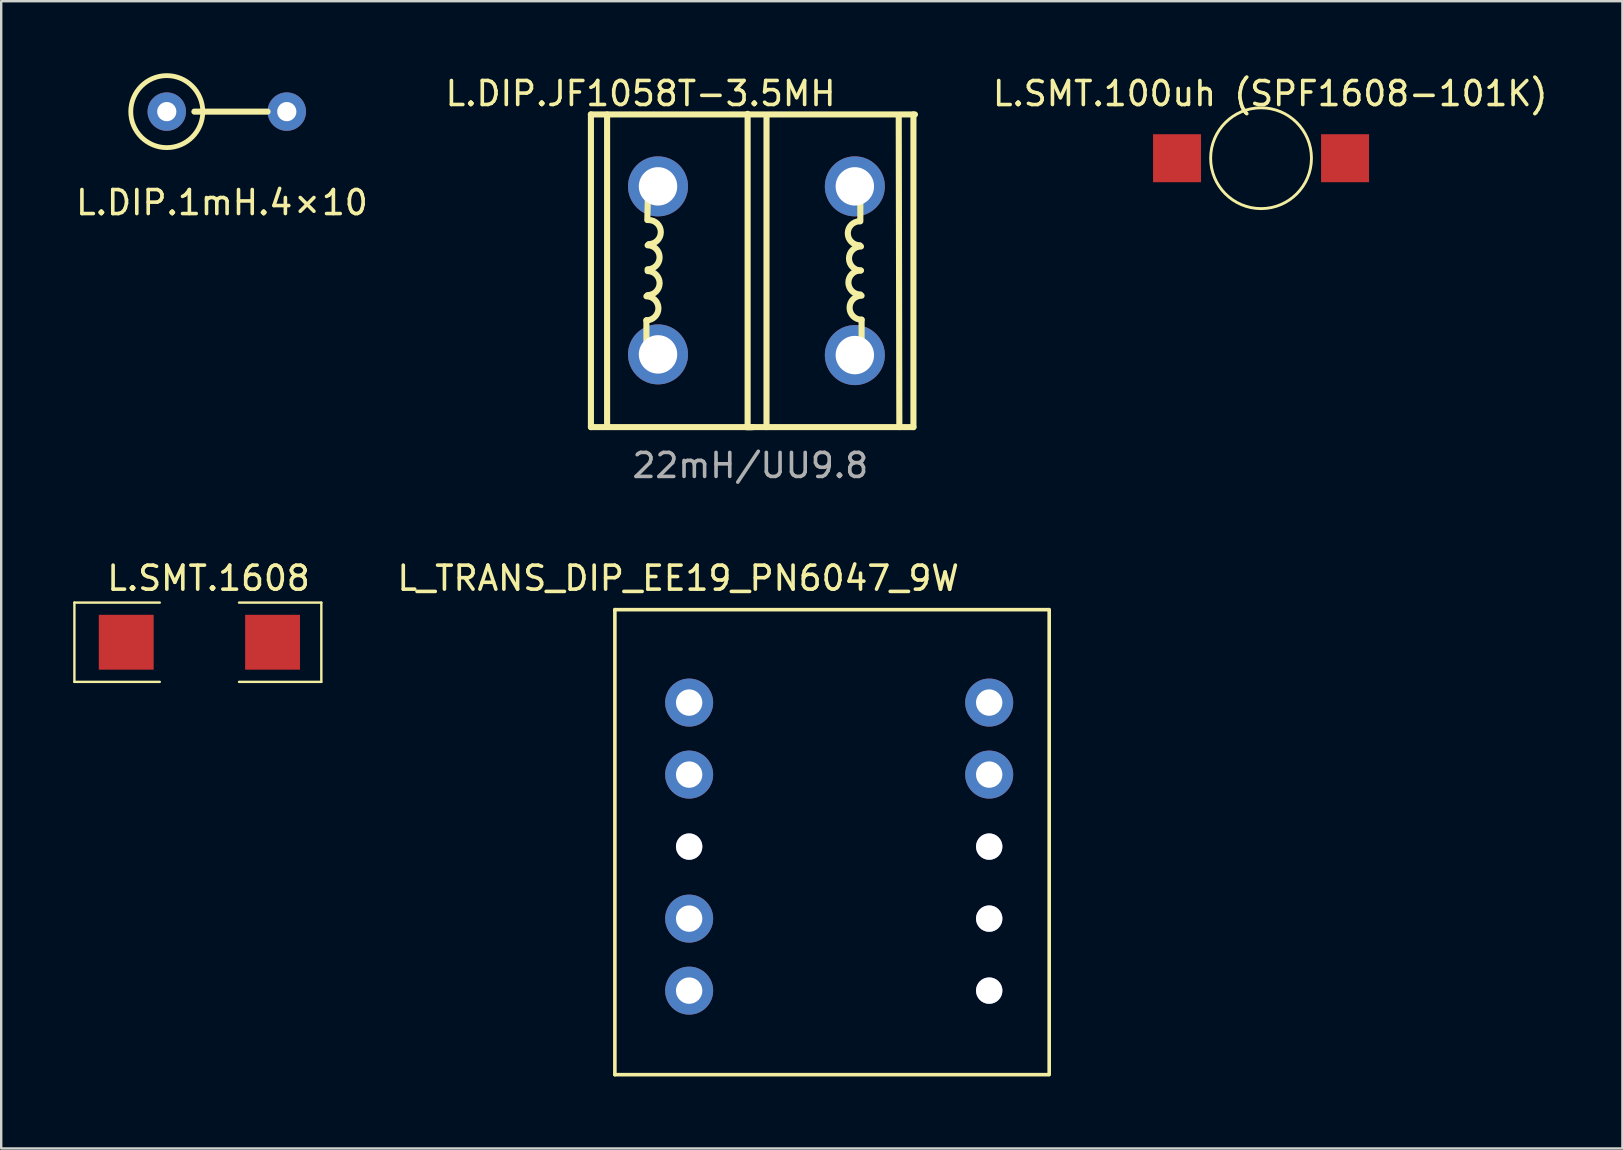
<source format=kicad_pcb>
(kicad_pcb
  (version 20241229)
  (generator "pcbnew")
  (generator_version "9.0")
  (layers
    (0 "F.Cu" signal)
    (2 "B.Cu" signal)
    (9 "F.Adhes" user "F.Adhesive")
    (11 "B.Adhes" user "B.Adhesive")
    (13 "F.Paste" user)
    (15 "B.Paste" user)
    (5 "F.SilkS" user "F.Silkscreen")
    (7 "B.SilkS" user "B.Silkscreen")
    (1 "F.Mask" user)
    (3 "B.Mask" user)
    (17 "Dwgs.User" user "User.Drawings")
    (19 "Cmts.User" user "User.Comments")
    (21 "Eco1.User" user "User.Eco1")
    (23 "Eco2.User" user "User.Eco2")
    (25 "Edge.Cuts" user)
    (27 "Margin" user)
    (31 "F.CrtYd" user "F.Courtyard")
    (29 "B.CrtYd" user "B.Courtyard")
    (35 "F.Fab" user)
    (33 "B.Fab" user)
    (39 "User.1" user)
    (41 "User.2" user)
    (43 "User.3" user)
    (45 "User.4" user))
  (footprint "L.SMT.1608"
    (layer "F.Cu")
    (at 5.257 23.731)
    (property "Reference" "L.SMT.1608" (at 0.381 -2.692 0) (layer "F.SilkS") (effects (font (size 1 1) (thickness 0.15))))
    (attr through_hole)
    (fp_line (start -5.207 -1.676) (end -1.651 -1.676) (stroke (width 0.1) (type solid)) (layer "F.SilkS"))
    (fp_line (start -5.207 1.626) (end -5.207 -1.676) (stroke (width 0.1) (type solid)) (layer "F.SilkS"))
    (fp_line (start -5.207 1.626) (end -1.651 1.626) (stroke (width 0.1) (type solid)) (layer "F.SilkS"))
    (fp_line (start 1.651 -1.676) (end 5.08 -1.676) (stroke (width 0.1) (type solid)) (layer "F.SilkS"))
    (fp_line (start 1.651 1.626) (end 5.08 1.626) (stroke (width 0.1) (type solid)) (layer "F.SilkS"))
    (fp_line (start 5.08 1.626) (end 5.08 -1.676) (stroke (width 0.1) (type solid)) (layer "F.SilkS"))
    (pad "1" smd rect (at -3.048 -0.025 180) (size 2.286 2.286) (layers "F.Cu" "F.Mask" "F.Paste"))
    (pad "2" smd rect (at 3.048 -0.025 180) (size 2.286 2.286) (layers "F.Cu" "F.Mask" "F.Paste")))
  (footprint "L.SMT.100uh (SPF1608-101K)"
    (layer "F.Cu")
    (at 49.486 3.541)
    (property "Reference" "L.SMT.100uh (SPF1608-101K)" (at 0.381 -2.692 0) (layer "F.SilkS") (effects (font (size 1 1) (thickness 0.15))))
    (attr through_hole)
    (fp_circle (center 0 0) (end 2.1 0) (stroke (width 0.12) (type solid)) (fill no) (layer "F.SilkS"))
    (pad "1" smd rect (at -3.5 0 180) (size 2 2) (layers "F.Cu" "F.Mask" "F.Paste"))
    (pad "2" smd rect (at 3.5 0 180) (size 2 2) (layers "F.Cu" "F.Mask" "F.Paste")))
  (footprint "L.DIP.1mH.4×10"
    (layer "F.Cu")
    (at 6.247 1.64)
    (property "Reference" "L.DIP.1mH.4×10" (at -0.051 3.751 0) (layer "F.SilkS") (effects (font (size 1 1) (thickness 0.15))))
    (attr through_hole)
    (fp_line (start -1.199 -0.04) (end 1.851 -0.04) (stroke (width 0.254) (type solid)) (layer "F.SilkS"))
    (fp_circle (center -2.349 -0.04) (end -0.849 -0.04) (stroke (width 0.2) (type solid)) (fill no) (layer "F.SilkS"))
    (pad "1" thru_hole circle (at -2.349 -0.04) (size 1.6 1.6) (drill 0.8) (layers "*.Cu" "*.Mask"))
    (pad "2" thru_hole circle (at 2.651 -0.04) (size 1.6 1.6) (drill 0.8) (layers "*.Cu" "*.Mask")))
  (footprint "L_TRANS_DIP_EE19_PN6047_9W"
    (layer "F.Cu")
    (at 31.502 32.062)
    (property "Reference" "L_TRANS_DIP_EE19_PN6047_9W" (at -6.299 -11.024 0) (unlocked yes) (layer "F.SilkS") (effects (font (size 1 1) (thickness 0.15))))
    (attr smd)
    (fp_line (start -8.936 -9.714) (end -8.936 9.658) (stroke (width 0.15) (type solid)) (layer "F.SilkS"))
    (fp_line (start -8.936 9.658) (end 9.144 9.658) (stroke (width 0.15) (type solid)) (layer "F.SilkS"))
    (fp_line (start 9.144 -9.714) (end -8.936 -9.714) (stroke (width 0.15) (type solid)) (layer "F.SilkS"))
    (fp_line (start 9.158 9.652) (end 9.158 -9.714) (stroke (width 0.15) (type solid)) (layer "F.SilkS"))
    (pad "1" thru_hole circle (at -5.842 -5.842 90) (size 2 2) (drill 1.1) (layers "*.Cu" "*.Mask"))
    (pad "2" thru_hole circle (at -5.842 -2.842) (size 2 2) (drill 1.1) (layers "*.Cu" "*.Mask"))
    (pad "3" thru_hole circle (at -5.842 0.158 90) (size 1.1 1.1) (drill 1.1) (layers "*.Cu" "*.Mask"))
    (pad "4" thru_hole circle (at -5.842 3.158 90) (size 2 2) (drill 1.1) (layers "*.Cu" "*.Mask"))
    (pad "5" thru_hole circle (at -5.842 6.158 90) (size 2 2) (drill 1.1) (layers "*.Cu" "*.Mask"))
    (pad "6" thru_hole circle (at 6.658 6.158) (size 1.1 1.1) (drill 1.1) (layers "*.Cu" "*.Mask"))
    (pad "7" thru_hole circle (at 6.658 3.158) (size 1.1 1.1) (drill 1.1) (layers "*.Cu" "*.Mask"))
    (pad "8" thru_hole circle (at 6.658 0.158 90) (size 1.1 1.1) (drill 1.1) (layers "*.Cu" "*.Mask"))
    (pad "9" thru_hole circle (at 6.658 -2.842) (size 2 2) (drill 1.1) (layers "*.Cu" "*.Mask"))
    (pad "10" thru_hole circle (at 6.658 -5.842 90) (size 2 2) (drill 1.1) (layers "*.Cu" "*.Mask")))
  (footprint "L.DIP.JF1058T-3.5MH"
    (layer "F.Cu")
    (at 28.463 8.214)
    (property "Reference" "L.DIP.JF1058T-3.5MH" (at -4.826 -7.366 180) (layer "F.SilkS") (effects (font (size 1 1) (thickness 0.15))))
    (attr through_hole)
    (fp_line (start -6.895 -6.496) (end -6.895 6.529) (stroke (width 0.254) (type solid)) (layer "F.SilkS"))
    (fp_line (start -6.221 -6.496) (end -6.221 6.479) (stroke (width 0.254) (type solid)) (layer "F.SilkS"))
    (fp_line (start -4.583 2.08) (end -4.583 3.03) (stroke (width 0.254) (type solid)) (layer "F.SilkS"))
    (fp_line (start -4.508 -3.596) (end -4.546 -2.096) (stroke (width 0.254) (type solid)) (layer "F.SilkS"))
    (fp_line (start -0.367 -6.521) (end -0.367 6.529) (stroke (width 0.254) (type solid)) (layer "F.SilkS"))
    (fp_line (start -0.19 6.529) (end -0.367 6.529) (stroke (width 0.254) (type solid)) (layer "F.SilkS"))
    (fp_line (start -0.139 6.529) (end -0.444 6.529) (stroke (width 0.254) (type solid)) (layer "F.SilkS"))
    (fp_line (start 0.42 -6.446) (end 0.42 6.529) (stroke (width 0.254) (type solid)) (layer "F.SilkS"))
    (fp_line (start 4.329 -3.471) (end 4.329 -2.046) (stroke (width 0.254) (type solid)) (layer "F.SilkS"))
    (fp_line (start 4.381 2.054) (end 4.381 3.004) (stroke (width 0.254) (type solid)) (layer "F.SilkS"))
    (fp_line (start 5.929 -6.471) (end 5.954 6.529) (stroke (width 0.254) (type solid)) (layer "F.SilkS"))
    (fp_line (start 6.541 -6.496) (end 6.541 6.529) (stroke (width 0.254) (type solid)) (layer "F.SilkS"))
    (fp_line (start 6.541 6.529) (end -6.895 6.529) (stroke (width 0.254) (type solid)) (layer "F.SilkS"))
    (fp_line (start 6.604 -6.496) (end -6.896 -6.496) (stroke (width 0.254) (type solid)) (layer "F.SilkS"))
    (fp_arc (start -4.58344 1.07978) (mid -4.08344 1.57978) (end -4.58344 2.07978) (stroke (width 0.254) (type solid)) (layer "F.SilkS"))
    (fp_arc (start -4.53344 -1.04522) (mid -4.03344 -0.54522) (end -4.53344 -0.04522) (stroke (width 0.254) (type solid)) (layer "F.SilkS"))
    (fp_arc (start -4.53342 0.02979) (mid -4.03342 0.52979) (end -4.53342 1.02979) (stroke (width 0.254) (type solid)) (layer "F.SilkS"))
    (fp_arc (start -4.48342 -2.09521) (mid -3.98342 -1.59521) (end -4.48342 -1.09521) (stroke (width 0.254) (type solid)) (layer "F.SilkS"))
    (fp_arc (start 4.30623 -1.04561) (mid 3.80623 -1.54561) (end 4.30623 -2.04561) (stroke (width 0.254) (type solid)) (layer "F.SilkS"))
    (fp_arc (start 4.33123 1.00439) (mid 3.83123 0.50439) (end 4.33123 0.00439) (stroke (width 0.254) (type solid)) (layer "F.SilkS"))
    (fp_arc (start 4.35624 0.00438) (mid 3.85624 -0.49562) (end 4.35624 -0.99562) (stroke (width 0.254) (type solid)) (layer "F.SilkS"))
    (fp_arc (start 4.38124 2.05438) (mid 3.88124 1.55438) (end 4.38124 1.05438) (stroke (width 0.254) (type solid)) (layer "F.SilkS"))
    (fp_text user "22mH/UU9.8" (at -0.254 8.128 180) (layer "F.Fab") (effects (font (size 1 1) (thickness 0.15))))
    (pad "1" thru_hole circle (at 4.1 3.529 90) (size 2.5 2.5) (drill 1.6) (layers "*.Cu" "*.Mask"))
    (pad "2" thru_hole circle (at -4.1 3.5 90) (size 2.5 2.5) (drill 1.6) (layers "*.Cu" "*.Mask"))
    (pad "3" thru_hole circle (at -4.1 -3.5 90) (size 2.5 2.5) (drill 1.6) (layers "*.Cu" "*.Mask"))
    (pad "4" thru_hole circle (at 4.1 -3.5 90) (size 2.5 2.5) (drill 1.6) (layers "*.Cu" "*.Mask")))
  (gr_rect
    (start -3 -3)
    (end 64.539 44.795)
    (stroke (width 0.1) (type default))
    (fill no)
    (layer "Edge.Cuts")))
</source>
